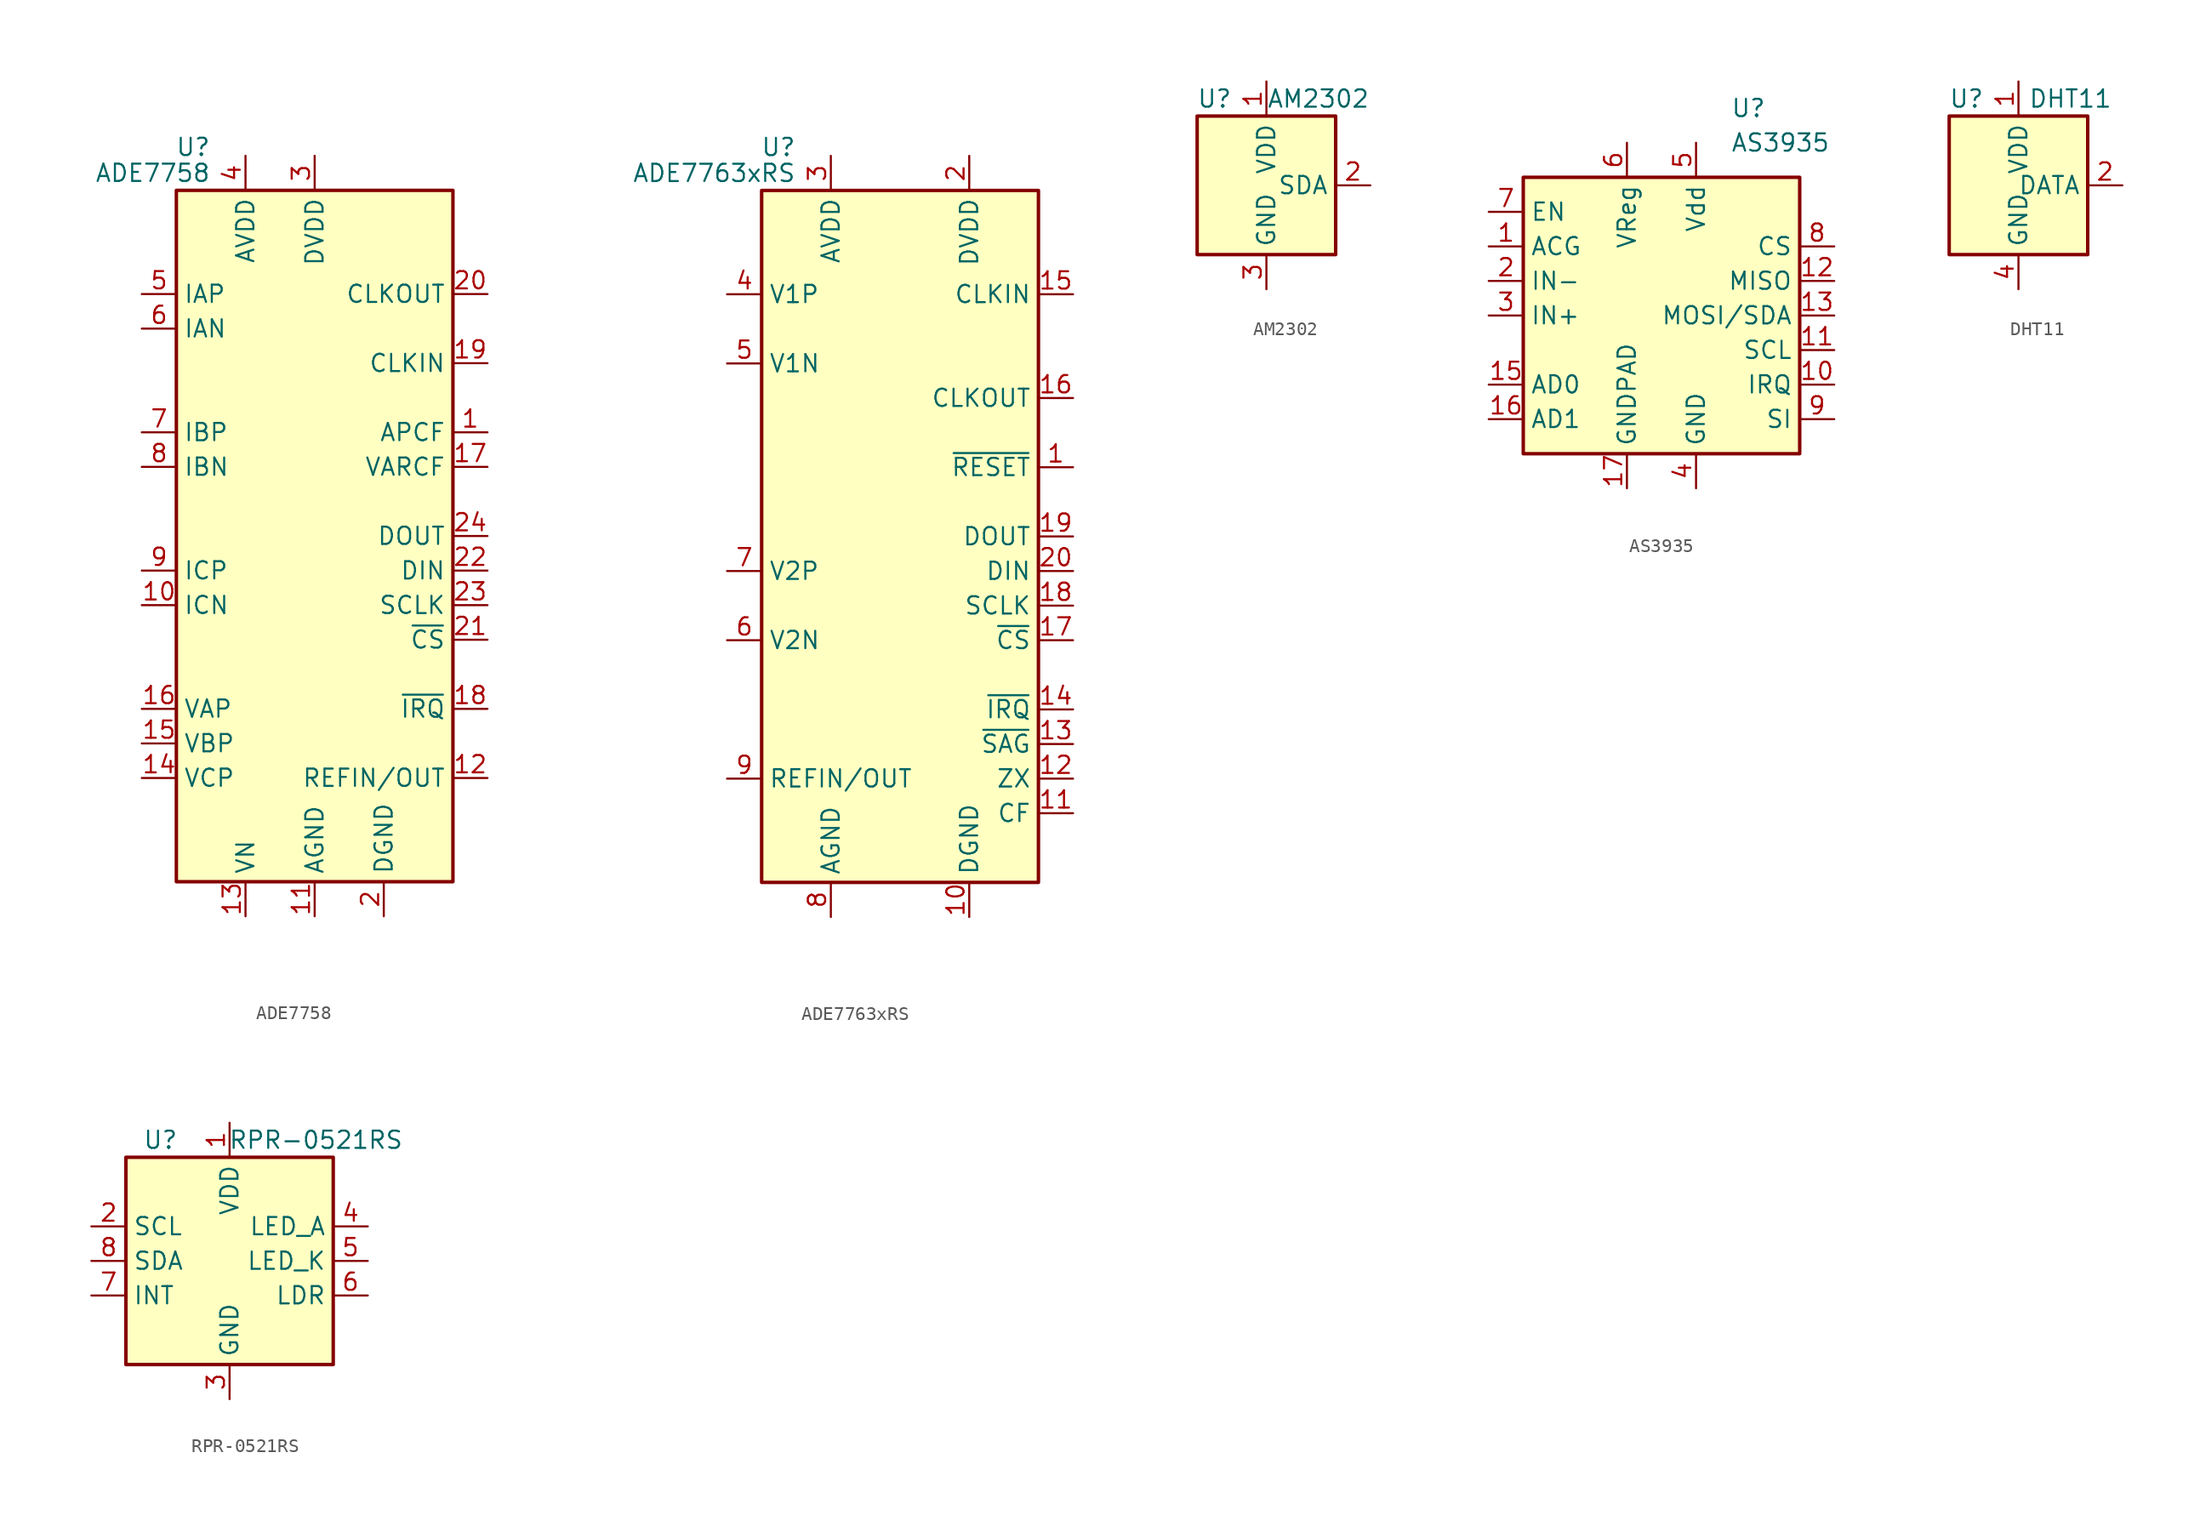
<source format=kicad_sym>
(kicad_symbol_lib
  (version 20241209)
  (generator "kicad_symbol_editor")
  (generator_version "9.0")
  (symbol "ADE7758"
    (property "Reference" "U"
      (at -7.62 28.575 0)
      (effects (font (size 1.27 1.27)) (justify right)))
    (property "Value" "ADE7758"
      (at -7.62 26.67 0)
      (effects (font (size 1.27 1.27)) (justify right)))
    (symbol "ADE7758_0_1"
      (rectangle (start 10.16 -25.4) (end -10.16 25.4) (stroke (width 0.254) (type default)) (fill (type background))))
    (symbol "ADE7758_1_1"
      (pin input line (at -12.7 17.78 0) (length 2.54) (name "IAP" (effects (font (size 1.27 1.27)))) (number "5" (effects (font (size 1.27 1.27)))))
      (pin input line (at -12.7 15.24 0) (length 2.54) (name "IAN" (effects (font (size 1.27 1.27)))) (number "6" (effects (font (size 1.27 1.27)))))
      (pin input line (at -12.7 7.62 0) (length 2.54) (name "IBP" (effects (font (size 1.27 1.27)))) (number "7" (effects (font (size 1.27 1.27)))))
      (pin input line (at -12.7 5.08 0) (length 2.54) (name "IBN" (effects (font (size 1.27 1.27)))) (number "8" (effects (font (size 1.27 1.27)))))
      (pin input line (at -12.7 -2.54 0) (length 2.54) (name "ICP" (effects (font (size 1.27 1.27)))) (number "9" (effects (font (size 1.27 1.27)))))
      (pin input line (at -12.7 -5.08 0) (length 2.54) (name "ICN" (effects (font (size 1.27 1.27)))) (number "10" (effects (font (size 1.27 1.27)))))
      (pin input line (at -12.7 -12.7 0) (length 2.54) (name "VAP" (effects (font (size 1.27 1.27)))) (number "16" (effects (font (size 1.27 1.27)))))
      (pin input line (at -12.7 -15.24 0) (length 2.54) (name "VBP" (effects (font (size 1.27 1.27)))) (number "15" (effects (font (size 1.27 1.27)))))
      (pin input line (at -12.7 -17.78 0) (length 2.54) (name "VCP" (effects (font (size 1.27 1.27)))) (number "14" (effects (font (size 1.27 1.27)))))
      (pin power_in line (at -5.08 27.94 270) (length 2.54) (name "AVDD" (effects (font (size 1.27 1.27)))) (number "4" (effects (font (size 1.27 1.27)))))
      (pin power_in line (at -5.08 -27.94 90) (length 2.54) (name "VN" (effects (font (size 1.27 1.27)))) (number "13" (effects (font (size 1.27 1.27)))))
      (pin power_in line (at 0 27.94 270) (length 2.54) (name "DVDD" (effects (font (size 1.27 1.27)))) (number "3" (effects (font (size 1.27 1.27)))))
      (pin power_in line (at 0 -27.94 90) (length 2.54) (name "AGND" (effects (font (size 1.27 1.27)))) (number "11" (effects (font (size 1.27 1.27)))))
      (pin power_in line (at 5.08 -27.94 90) (length 2.54) (name "DGND" (effects (font (size 1.27 1.27)))) (number "2" (effects (font (size 1.27 1.27)))))
      (pin output line (at 12.7 17.78 180) (length 2.54) (name "CLKOUT" (effects (font (size 1.27 1.27)))) (number "20" (effects (font (size 1.27 1.27)))))
      (pin input line (at 12.7 12.7 180) (length 2.54) (name "CLKIN" (effects (font (size 1.27 1.27)))) (number "19" (effects (font (size 1.27 1.27)))))
      (pin output line (at 12.7 7.62 180) (length 2.54) (name "APCF" (effects (font (size 1.27 1.27)))) (number "1" (effects (font (size 1.27 1.27)))))
      (pin output line (at 12.7 5.08 180) (length 2.54) (name "VARCF" (effects (font (size 1.27 1.27)))) (number "17" (effects (font (size 1.27 1.27)))))
      (pin output line (at 12.7 0 180) (length 2.54) (name "DOUT" (effects (font (size 1.27 1.27)))) (number "24" (effects (font (size 1.27 1.27)))))
      (pin input line (at 12.7 -2.54 180) (length 2.54) (name "DIN" (effects (font (size 1.27 1.27)))) (number "22" (effects (font (size 1.27 1.27)))))
      (pin input line (at 12.7 -5.08 180) (length 2.54) (name "SCLK" (effects (font (size 1.27 1.27)))) (number "23" (effects (font (size 1.27 1.27)))))
      (pin input line (at 12.7 -7.62 180) (length 2.54) (name "~{CS}" (effects (font (size 1.27 1.27)))) (number "21" (effects (font (size 1.27 1.27)))))
      (pin open_collector line (at 12.7 -12.7 180) (length 2.54) (name "~{IRQ}" (effects (font (size 1.27 1.27)))) (number "18" (effects (font (size 1.27 1.27)))))
      (pin input line (at 12.7 -17.78 180) (length 2.54) (name "REFIN/OUT" (effects (font (size 1.27 1.27)))) (number "12" (effects (font (size 1.27 1.27)))))))
  (symbol "ADE7763xRS"
    (property "Reference" "U"
      (at -7.62 28.575 0)
      (effects (font (size 1.27 1.27)) (justify right)))
    (property "Value" "ADE7763xRS"
      (at -7.62 26.67 0)
      (effects (font (size 1.27 1.27)) (justify right)))
    (symbol "ADE7763xRS_0_1"
      (rectangle (start 10.16 -25.4) (end -10.16 25.4) (stroke (width 0.254) (type default)) (fill (type background))))
    (symbol "ADE7763xRS_1_1"
      (pin input line (at -12.7 17.78 0) (length 2.54) (name "V1P" (effects (font (size 1.27 1.27)))) (number "4" (effects (font (size 1.27 1.27)))))
      (pin input line (at -12.7 12.7 0) (length 2.54) (name "V1N" (effects (font (size 1.27 1.27)))) (number "5" (effects (font (size 1.27 1.27)))))
      (pin input line (at -12.7 -2.54 0) (length 2.54) (name "V2P" (effects (font (size 1.27 1.27)))) (number "7" (effects (font (size 1.27 1.27)))))
      (pin input line (at -12.7 -7.62 0) (length 2.54) (name "V2N" (effects (font (size 1.27 1.27)))) (number "6" (effects (font (size 1.27 1.27)))))
      (pin input line (at -12.7 -17.78 0) (length 2.54) (name "REFIN/OUT" (effects (font (size 1.27 1.27)))) (number "9" (effects (font (size 1.27 1.27)))))
      (pin power_in line (at -5.08 27.94 270) (length 2.54) (name "AVDD" (effects (font (size 1.27 1.27)))) (number "3" (effects (font (size 1.27 1.27)))))
      (pin power_in line (at -5.08 -27.94 90) (length 2.54) (name "AGND" (effects (font (size 1.27 1.27)))) (number "8" (effects (font (size 1.27 1.27)))))
      (pin power_in line (at 5.08 27.94 270) (length 2.54) (name "DVDD" (effects (font (size 1.27 1.27)))) (number "2" (effects (font (size 1.27 1.27)))))
      (pin power_in line (at 5.08 -27.94 90) (length 2.54) (name "DGND" (effects (font (size 1.27 1.27)))) (number "10" (effects (font (size 1.27 1.27)))))
      (pin input line (at 12.7 17.78 180) (length 2.54) (name "CLKIN" (effects (font (size 1.27 1.27)))) (number "15" (effects (font (size 1.27 1.27)))))
      (pin output line (at 12.7 10.16 180) (length 2.54) (name "CLKOUT" (effects (font (size 1.27 1.27)))) (number "16" (effects (font (size 1.27 1.27)))))
      (pin input line (at 12.7 5.08 180) (length 2.54) (name "~{RESET}" (effects (font (size 1.27 1.27)))) (number "1" (effects (font (size 1.27 1.27)))))
      (pin output line (at 12.7 0 180) (length 2.54) (name "DOUT" (effects (font (size 1.27 1.27)))) (number "19" (effects (font (size 1.27 1.27)))))
      (pin input line (at 12.7 -2.54 180) (length 2.54) (name "DIN" (effects (font (size 1.27 1.27)))) (number "20" (effects (font (size 1.27 1.27)))))
      (pin input line (at 12.7 -5.08 180) (length 2.54) (name "SCLK" (effects (font (size 1.27 1.27)))) (number "18" (effects (font (size 1.27 1.27)))))
      (pin input line (at 12.7 -7.62 180) (length 2.54) (name "~{CS}" (effects (font (size 1.27 1.27)))) (number "17" (effects (font (size 1.27 1.27)))))
      (pin open_collector line (at 12.7 -12.7 180) (length 2.54) (name "~{IRQ}" (effects (font (size 1.27 1.27)))) (number "14" (effects (font (size 1.27 1.27)))))
      (pin open_collector line (at 12.7 -15.24 180) (length 2.54) (name "~{SAG}" (effects (font (size 1.27 1.27)))) (number "13" (effects (font (size 1.27 1.27)))))
      (pin output line (at 12.7 -17.78 180) (length 2.54) (name "ZX" (effects (font (size 1.27 1.27)))) (number "12" (effects (font (size 1.27 1.27)))))
      (pin output line (at 12.7 -20.32 180) (length 2.54) (name "CF" (effects (font (size 1.27 1.27)))) (number "11" (effects (font (size 1.27 1.27)))))))
  (symbol "AM2302"
    (property "Reference" "U"
      (at -3.81 6.35 0)
      (effects (font (size 1.27 1.27))))
    (property "Value" "AM2302"
      (at 3.81 6.35 0)
      (effects (font (size 1.27 1.27))))
    (symbol "AM2302_0_1"
      (rectangle (start -5.08 5.08) (end 5.08 -5.08) (stroke (width 0.254) (type default)) (fill (type background))))
    (symbol "AM2302_1_1"
      (pin power_in line (at 0 7.62 270) (length 2.54) (name "VDD" (effects (font (size 1.27 1.27)))) (number "1" (effects (font (size 1.27 1.27)))))
      (pin power_in line (at 0 -7.62 90) (length 2.54) (name "GND" (effects (font (size 1.27 1.27)))) (number "3" (effects (font (size 1.27 1.27)))))
      (pin passive line (at 0 -7.62 90) (length 2.54) (hide yes) (name "GND" (effects (font (size 1.27 1.27)))) (number "4" (effects (font (size 1.27 1.27)))))
      (pin bidirectional line (at 7.62 0 180) (length 2.54) (name "SDA" (effects (font (size 1.27 1.27)))) (number "2" (effects (font (size 1.27 1.27)))))))
  (symbol "AS3935"
    (property "Reference" "U"
      (at 5.08 15.24 0)
      (effects (font (size 1.27 1.27)) (justify left)))
    (property "Value" "AS3935"
      (at 5.08 12.7 0)
      (effects (font (size 1.27 1.27)) (justify left)))
    (symbol "AS3935_0_1"
      (rectangle (start -10.16 10.16) (end 10.16 -10.16) (stroke (width 0.254) (type default)) (fill (type background))))
    (symbol "AS3935_1_1"
      (pin input line (at -12.7 7.62 0) (length 2.54) (name "EN" (effects (font (size 1.27 1.27)))) (number "7" (effects (font (size 1.27 1.27)))))
      (pin input line (at -12.7 5.08 0) (length 2.54) (name "ACG" (effects (font (size 1.27 1.27)))) (number "1" (effects (font (size 1.27 1.27)))))
      (pin input line (at -12.7 2.54 0) (length 2.54) (name "IN-" (effects (font (size 1.27 1.27)))) (number "2" (effects (font (size 1.27 1.27)))))
      (pin input line (at -12.7 0 0) (length 2.54) (name "IN+" (effects (font (size 1.27 1.27)))) (number "3" (effects (font (size 1.27 1.27)))))
      (pin input line (at -12.7 -5.08 0) (length 2.54) (name "AD0" (effects (font (size 1.27 1.27)))) (number "15" (effects (font (size 1.27 1.27)))))
      (pin input line (at -12.7 -7.62 0) (length 2.54) (name "AD1" (effects (font (size 1.27 1.27)))) (number "16" (effects (font (size 1.27 1.27)))))
      (pin passive line (at -2.54 12.7 270) (length 2.54) (name "VReg" (effects (font (size 1.27 1.27)))) (number "6" (effects (font (size 1.27 1.27)))))
      (pin power_in line (at -2.54 -12.7 90) (length 2.54) (name "GNDPAD" (effects (font (size 1.27 1.27)))) (number "17" (effects (font (size 1.27 1.27)))))
      (pin power_in line (at 2.54 12.7 270) (length 2.54) (name "Vdd" (effects (font (size 1.27 1.27)))) (number "5" (effects (font (size 1.27 1.27)))))
      (pin power_in line (at 2.54 -12.7 90) (length 2.54) (name "GND" (effects (font (size 1.27 1.27)))) (number "4" (effects (font (size 1.27 1.27)))))
      (pin input line (at 12.7 5.08 180) (length 2.54) (name "CS" (effects (font (size 1.27 1.27)))) (number "8" (effects (font (size 1.27 1.27)))))
      (pin output line (at 12.7 2.54 180) (length 2.54) (name "MISO" (effects (font (size 1.27 1.27)))) (number "12" (effects (font (size 1.27 1.27)))))
      (pin bidirectional line (at 12.7 0 180) (length 2.54) (name "MOSI/SDA" (effects (font (size 1.27 1.27)))) (number "13" (effects (font (size 1.27 1.27)))))
      (pin bidirectional line (at 12.7 -2.54 180) (length 2.54) (name "SCL" (effects (font (size 1.27 1.27)))) (number "11" (effects (font (size 1.27 1.27)))))
      (pin bidirectional line (at 12.7 -5.08 180) (length 2.54) (name "IRQ" (effects (font (size 1.27 1.27)))) (number "10" (effects (font (size 1.27 1.27)))))
      (pin input line (at 12.7 -7.62 180) (length 2.54) (name "SI" (effects (font (size 1.27 1.27)))) (number "9" (effects (font (size 1.27 1.27)))))))
  (symbol "DHT11"
    (property "Reference" "U"
      (at -3.81 6.35 0)
      (effects (font (size 1.27 1.27))))
    (property "Value" "DHT11"
      (at 3.81 6.35 0)
      (effects (font (size 1.27 1.27))))
    (symbol "DHT11_0_1"
      (rectangle (start -5.08 5.08) (end 5.08 -5.08) (stroke (width 0.254) (type default)) (fill (type background))))
    (symbol "DHT11_1_1"
      (pin no_connect line (at -5.08 0 0) (length 2.54) (hide yes) (name "NC" (effects (font (size 1.27 1.27)))) (number "3" (effects (font (size 1.27 1.27)))))
      (pin power_in line (at 0 7.62 270) (length 2.54) (name "VDD" (effects (font (size 1.27 1.27)))) (number "1" (effects (font (size 1.27 1.27)))))
      (pin power_in line (at 0 -7.62 90) (length 2.54) (name "GND" (effects (font (size 1.27 1.27)))) (number "4" (effects (font (size 1.27 1.27)))))
      (pin bidirectional line (at 7.62 0 180) (length 2.54) (name "DATA" (effects (font (size 1.27 1.27)))) (number "2" (effects (font (size 1.27 1.27)))))))
  (symbol "RPR-0521RS"
    (property "Reference" "U"
      (at -5.08 8.89 0)
      (effects (font (size 1.27 1.27))))
    (property "Value" "RPR-0521RS"
      (at 6.35 8.89 0)
      (effects (font (size 1.27 1.27))))
    (symbol "RPR-0521RS_0_1"
      (rectangle (start -7.62 7.62) (end 7.62 -7.62) (stroke (width 0.254) (type default)) (fill (type background))))
    (symbol "RPR-0521RS_1_1"
      (pin input line (at -10.16 2.54 0) (length 2.54) (name "SCL" (effects (font (size 1.27 1.27)))) (number "2" (effects (font (size 1.27 1.27)))))
      (pin bidirectional line (at -10.16 0 0) (length 2.54) (name "SDA" (effects (font (size 1.27 1.27)))) (number "8" (effects (font (size 1.27 1.27)))))
      (pin open_collector line (at -10.16 -2.54 0) (length 2.54) (name "INT" (effects (font (size 1.27 1.27)))) (number "7" (effects (font (size 1.27 1.27)))))
      (pin power_in line (at 0 10.16 270) (length 2.54) (name "VDD" (effects (font (size 1.27 1.27)))) (number "1" (effects (font (size 1.27 1.27)))))
      (pin power_in line (at 0 -10.16 90) (length 2.54) (name "GND" (effects (font (size 1.27 1.27)))) (number "3" (effects (font (size 1.27 1.27)))))
      (pin passive line (at 10.16 2.54 180) (length 2.54) (name "LED_A" (effects (font (size 1.27 1.27)))) (number "4" (effects (font (size 1.27 1.27)))))
      (pin passive line (at 10.16 0 180) (length 2.54) (name "LED_K" (effects (font (size 1.27 1.27)))) (number "5" (effects (font (size 1.27 1.27)))))
      (pin passive line (at 10.16 -2.54 180) (length 2.54) (name "LDR" (effects (font (size 1.27 1.27)))) (number "6" (effects (font (size 1.27 1.27))))))))
</source>
